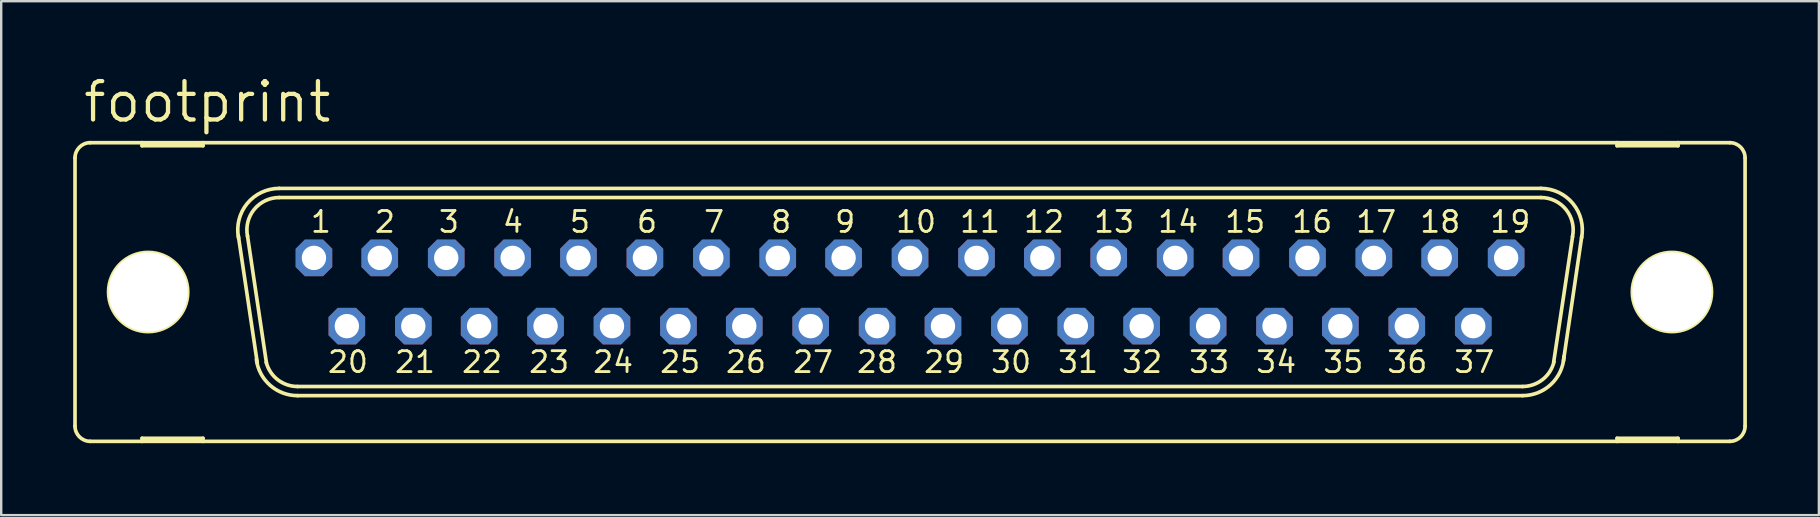
<source format=kicad_pcb>
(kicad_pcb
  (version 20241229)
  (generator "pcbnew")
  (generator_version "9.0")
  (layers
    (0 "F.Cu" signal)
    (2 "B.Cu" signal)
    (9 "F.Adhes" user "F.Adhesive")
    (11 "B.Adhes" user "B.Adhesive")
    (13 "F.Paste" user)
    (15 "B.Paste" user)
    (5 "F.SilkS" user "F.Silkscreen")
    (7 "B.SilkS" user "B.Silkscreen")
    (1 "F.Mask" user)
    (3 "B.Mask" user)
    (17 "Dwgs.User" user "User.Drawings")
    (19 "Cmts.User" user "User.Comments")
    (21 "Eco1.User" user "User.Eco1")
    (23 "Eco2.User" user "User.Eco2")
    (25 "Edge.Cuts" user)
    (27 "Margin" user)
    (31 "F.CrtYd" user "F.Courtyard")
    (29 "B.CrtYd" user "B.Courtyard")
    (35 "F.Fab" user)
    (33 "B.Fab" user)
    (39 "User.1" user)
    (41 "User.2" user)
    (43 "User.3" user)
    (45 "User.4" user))
  (footprint "footprint"
    (layer "F.Cu")
    (at 34.874 9.119)
    (property "Reference" "footprint" (at -34.544 -6.985 0) (layer "F.SilkS") (effects (font (size 1.6 1.6) (thickness 0.178)) (justify left bottom)))
    (fp_line (start -34.798 -5.588) (end -34.798 5.588) (stroke (width 0.152) (type solid)) (layer "F.SilkS"))
    (fp_line (start -34.163 6.223) (end -32.004 6.223) (stroke (width 0.152) (type solid)) (layer "F.SilkS"))
    (fp_line (start -32.004 -6.223) (end -34.163 -6.223) (stroke (width 0.152) (type solid)) (layer "F.SilkS"))
    (fp_line (start -32.004 -6.223) (end -32.004 -6.096) (stroke (width 0.152) (type solid)) (layer "F.SilkS"))
    (fp_line (start -32.004 -6.096) (end -29.464 -6.096) (stroke (width 0.152) (type solid)) (layer "F.SilkS"))
    (fp_line (start -32.004 6.096) (end -29.464 6.096) (stroke (width 0.152) (type solid)) (layer "F.SilkS"))
    (fp_line (start -32.004 6.223) (end -32.004 6.096) (stroke (width 0.152) (type solid)) (layer "F.SilkS"))
    (fp_line (start -32.004 6.223) (end -29.464 6.223) (stroke (width 0.152) (type solid)) (layer "F.SilkS"))
    (fp_line (start -29.464 -6.223) (end -32.004 -6.223) (stroke (width 0.152) (type solid)) (layer "F.SilkS"))
    (fp_line (start -29.464 -6.096) (end -29.464 -6.223) (stroke (width 0.152) (type solid)) (layer "F.SilkS"))
    (fp_line (start -29.464 6.096) (end -29.464 6.223) (stroke (width 0.152) (type solid)) (layer "F.SilkS"))
    (fp_line (start -29.464 6.223) (end 29.464 6.223) (stroke (width 0.152) (type solid)) (layer "F.SilkS"))
    (fp_line (start -27.203 2.946) (end -27.991 -2.337) (stroke (width 0.152) (type solid)) (layer "F.SilkS"))
    (fp_line (start -26.822 2.946) (end -27.61 -2.337) (stroke (width 0.152) (type solid)) (layer "F.SilkS"))
    (fp_line (start -26.289 -4.318) (end 26.289 -4.318) (stroke (width 0.152) (type solid)) (layer "F.SilkS"))
    (fp_line (start -26.289 -3.937) (end 26.289 -3.937) (stroke (width 0.152) (type solid)) (layer "F.SilkS"))
    (fp_line (start -25.527 3.937) (end 25.527 3.937) (stroke (width 0.152) (type solid)) (layer "F.SilkS"))
    (fp_line (start -25.527 4.318) (end 25.527 4.318) (stroke (width 0.152) (type solid)) (layer "F.SilkS"))
    (fp_line (start 27.61 -2.311) (end 26.822 2.921) (stroke (width 0.152) (type solid)) (layer "F.SilkS"))
    (fp_line (start 27.991 -2.311) (end 27.229 2.87) (stroke (width 0.152) (type solid)) (layer "F.SilkS"))
    (fp_line (start 29.464 -6.223) (end -29.464 -6.223) (stroke (width 0.152) (type solid)) (layer "F.SilkS"))
    (fp_line (start 29.464 -6.223) (end 29.464 -6.096) (stroke (width 0.152) (type solid)) (layer "F.SilkS"))
    (fp_line (start 29.464 -6.096) (end 32.004 -6.096) (stroke (width 0.152) (type solid)) (layer "F.SilkS"))
    (fp_line (start 29.464 6.096) (end 32.004 6.096) (stroke (width 0.152) (type solid)) (layer "F.SilkS"))
    (fp_line (start 29.464 6.223) (end 29.464 6.096) (stroke (width 0.152) (type solid)) (layer "F.SilkS"))
    (fp_line (start 29.464 6.223) (end 32.004 6.223) (stroke (width 0.152) (type solid)) (layer "F.SilkS"))
    (fp_line (start 32.004 -6.223) (end 29.464 -6.223) (stroke (width 0.152) (type solid)) (layer "F.SilkS"))
    (fp_line (start 32.004 -6.096) (end 32.004 -6.223) (stroke (width 0.152) (type solid)) (layer "F.SilkS"))
    (fp_line (start 32.004 6.096) (end 32.004 6.223) (stroke (width 0.152) (type solid)) (layer "F.SilkS"))
    (fp_line (start 32.004 6.223) (end 34.163 6.223) (stroke (width 0.152) (type solid)) (layer "F.SilkS"))
    (fp_line (start 34.163 -6.223) (end 32.004 -6.223) (stroke (width 0.152) (type solid)) (layer "F.SilkS"))
    (fp_line (start 34.798 -5.588) (end 34.798 5.588) (stroke (width 0.152) (type solid)) (layer "F.SilkS"))
    (fp_arc (start -34.798 -5.588) (mid -34.612013 -6.037013) (end -34.163 -6.223) (stroke (width 0.1524) (type solid)) (layer "F.SilkS"))
    (fp_arc (start -34.163 6.223) (mid -34.612013 6.037013) (end -34.798 5.588) (stroke (width 0.1524) (type solid)) (layer "F.SilkS"))
    (fp_arc (start -27.9827 -2.2521) (mid -27.624716 -3.685842) (end -26.288998 -4.318) (stroke (width 0.1524) (type solid)) (layer "F.SilkS"))
    (fp_arc (start -27.6091 -2.3268) (mid -27.330082 -3.444284) (end -26.289 -3.937) (stroke (width 0.1524) (type solid)) (layer "F.SilkS"))
    (fp_arc (start -25.527 3.937) (mid -26.3505 3.655745) (end -26.8299 2.9295) (stroke (width 0.1524) (type solid)) (layer "F.SilkS"))
    (fp_arc (start -25.526999 4.318001) (mid -26.664711 3.890313) (end -27.239 2.8191) (stroke (width 0.1524) (type solid)) (layer "F.SilkS"))
    (fp_arc (start 26.289 -4.318) (mid 27.624813 -3.685866) (end 27.982999 -2.252098) (stroke (width 0.1524) (type solid)) (layer "F.SilkS"))
    (fp_arc (start 26.289 -3.937) (mid 27.337557 -3.435183) (end 27.604499 -2.303798) (stroke (width 0.1524) (type solid)) (layer "F.SilkS"))
    (fp_arc (start 26.835701 2.904999) (mid 26.360257 3.647874) (end 25.527 3.937) (stroke (width 0.1524) (type solid)) (layer "F.SilkS"))
    (fp_arc (start 27.2513 2.6849) (mid 26.714366 3.844828) (end 25.527 4.318) (stroke (width 0.1524) (type solid)) (layer "F.SilkS"))
    (fp_arc (start 34.163 -6.223) (mid 34.612013 -6.037013) (end 34.798 -5.588) (stroke (width 0.1524) (type solid)) (layer "F.SilkS"))
    (fp_arc (start 34.798 5.588) (mid 34.612013 6.037013) (end 34.163 6.223) (stroke (width 0.1524) (type solid)) (layer "F.SilkS"))
    (fp_circle (center -31.75 0) (end -30.099 0) (stroke (width 0.152) (type solid)) (fill no) (layer "F.SilkS"))
    (fp_circle (center 31.75 0) (end 33.401 0) (stroke (width 0.152) (type solid)) (fill no) (layer "F.SilkS"))
    (fp_circle (center -24.841 -1.422) (end -24.587 -1.422) (stroke (width 0.406) (type solid)) (fill no) (layer "F.Fab"))
    (fp_circle (center -23.47 1.422) (end -23.216 1.422) (stroke (width 0.406) (type solid)) (fill no) (layer "F.Fab"))
    (fp_circle (center -22.073 -1.422) (end -21.819 -1.422) (stroke (width 0.406) (type solid)) (fill no) (layer "F.Fab"))
    (fp_circle (center -20.701 1.422) (end -20.447 1.422) (stroke (width 0.406) (type solid)) (fill no) (layer "F.Fab"))
    (fp_circle (center -19.329 -1.422) (end -19.075 -1.422) (stroke (width 0.406) (type solid)) (fill no) (layer "F.Fab"))
    (fp_circle (center -17.932 1.422) (end -17.678 1.422) (stroke (width 0.406) (type solid)) (fill no) (layer "F.Fab"))
    (fp_circle (center -16.561 -1.422) (end -16.307 -1.422) (stroke (width 0.406) (type solid)) (fill no) (layer "F.Fab"))
    (fp_circle (center -15.189 1.422) (end -14.935 1.422) (stroke (width 0.406) (type solid)) (fill no) (layer "F.Fab"))
    (fp_circle (center -13.792 -1.422) (end -13.538 -1.422) (stroke (width 0.406) (type solid)) (fill no) (layer "F.Fab"))
    (fp_circle (center -12.421 1.422) (end -12.167 1.422) (stroke (width 0.406) (type solid)) (fill no) (layer "F.Fab"))
    (fp_circle (center -11.049 -1.422) (end -10.795 -1.422) (stroke (width 0.406) (type solid)) (fill no) (layer "F.Fab"))
    (fp_circle (center -9.652 1.422) (end -9.398 1.422) (stroke (width 0.406) (type solid)) (fill no) (layer "F.Fab"))
    (fp_circle (center -8.28 -1.422) (end -8.026 -1.422) (stroke (width 0.406) (type solid)) (fill no) (layer "F.Fab"))
    (fp_circle (center -6.909 1.422) (end -6.655 1.422) (stroke (width 0.406) (type solid)) (fill no) (layer "F.Fab"))
    (fp_circle (center -5.512 -1.422) (end -5.258 -1.422) (stroke (width 0.406) (type solid)) (fill no) (layer "F.Fab"))
    (fp_circle (center -4.14 1.422) (end -3.886 1.422) (stroke (width 0.406) (type solid)) (fill no) (layer "F.Fab"))
    (fp_circle (center -2.769 -1.422) (end -2.515 -1.422) (stroke (width 0.406) (type solid)) (fill no) (layer "F.Fab"))
    (fp_circle (center -1.372 1.422) (end -1.118 1.422) (stroke (width 0.406) (type solid)) (fill no) (layer "F.Fab"))
    (fp_circle (center 0 -1.422) (end 0.254 -1.422) (stroke (width 0.406) (type solid)) (fill no) (layer "F.Fab"))
    (fp_circle (center 1.372 1.422) (end 1.626 1.422) (stroke (width 0.406) (type solid)) (fill no) (layer "F.Fab"))
    (fp_circle (center 2.769 -1.422) (end 3.023 -1.422) (stroke (width 0.406) (type solid)) (fill no) (layer "F.Fab"))
    (fp_circle (center 4.14 1.422) (end 4.394 1.422) (stroke (width 0.406) (type solid)) (fill no) (layer "F.Fab"))
    (fp_circle (center 5.512 -1.422) (end 5.766 -1.422) (stroke (width 0.406) (type solid)) (fill no) (layer "F.Fab"))
    (fp_circle (center 6.909 1.422) (end 7.163 1.422) (stroke (width 0.406) (type solid)) (fill no) (layer "F.Fab"))
    (fp_circle (center 8.28 -1.422) (end 8.534 -1.422) (stroke (width 0.406) (type solid)) (fill no) (layer "F.Fab"))
    (fp_circle (center 9.652 1.422) (end 9.906 1.422) (stroke (width 0.406) (type solid)) (fill no) (layer "F.Fab"))
    (fp_circle (center 11.049 -1.422) (end 11.303 -1.422) (stroke (width 0.406) (type solid)) (fill no) (layer "F.Fab"))
    (fp_circle (center 12.421 1.422) (end 12.675 1.422) (stroke (width 0.406) (type solid)) (fill no) (layer "F.Fab"))
    (fp_circle (center 13.792 -1.422) (end 14.046 -1.422) (stroke (width 0.406) (type solid)) (fill no) (layer "F.Fab"))
    (fp_circle (center 15.189 1.422) (end 15.443 1.422) (stroke (width 0.406) (type solid)) (fill no) (layer "F.Fab"))
    (fp_circle (center 16.561 -1.422) (end 16.815 -1.422) (stroke (width 0.406) (type solid)) (fill no) (layer "F.Fab"))
    (fp_circle (center 17.932 1.422) (end 18.186 1.422) (stroke (width 0.406) (type solid)) (fill no) (layer "F.Fab"))
    (fp_circle (center 19.329 -1.422) (end 19.583 -1.422) (stroke (width 0.406) (type solid)) (fill no) (layer "F.Fab"))
    (fp_circle (center 20.701 1.422) (end 20.955 1.422) (stroke (width 0.406) (type solid)) (fill no) (layer "F.Fab"))
    (fp_circle (center 22.073 -1.422) (end 22.327 -1.422) (stroke (width 0.406) (type solid)) (fill no) (layer "F.Fab"))
    (fp_circle (center 23.47 1.422) (end 23.724 1.422) (stroke (width 0.406) (type solid)) (fill no) (layer "F.Fab"))
    (fp_circle (center 24.841 -1.422) (end 25.095 -1.422) (stroke (width 0.406) (type solid)) (fill no) (layer "F.Fab"))
    (fp_text user "14" (at 10.262 -2.413 0) (layer "F.SilkS") (effects (font (size 0.872 0.872) (thickness 0.119)) (justify left bottom)))
    (fp_text user "33" (at 11.557 3.429 0) (layer "F.SilkS") (effects (font (size 0.872 0.872) (thickness 0.119)) (justify left bottom)))
    (fp_text user "10" (at -0.66 -2.413 0) (layer "F.SilkS") (effects (font (size 0.872 0.872) (thickness 0.119)) (justify left bottom)))
    (fp_text user "27" (at -4.953 3.429 0) (layer "F.SilkS") (effects (font (size 0.872 0.872) (thickness 0.119)) (justify left bottom)))
    (fp_text user "20" (at -24.333 3.429 0) (layer "F.SilkS") (effects (font (size 0.872 0.872) (thickness 0.119)) (justify left bottom)))
    (fp_text user "36" (at 19.812 3.429 0) (layer "F.SilkS") (effects (font (size 0.872 0.872) (thickness 0.119)) (justify left bottom)))
    (fp_text user "30" (at 3.302 3.429 0) (layer "F.SilkS") (effects (font (size 0.872 0.872) (thickness 0.119)) (justify left bottom)))
    (fp_text user "4" (at -17.043 -2.413 0) (layer "F.SilkS") (effects (font (size 0.872 0.872) (thickness 0.119)) (justify left bottom)))
    (fp_text user "22" (at -18.745 3.429 0) (layer "F.SilkS") (effects (font (size 0.872 0.872) (thickness 0.119)) (justify left bottom)))
    (fp_text user "3" (at -19.71 -2.413 0) (layer "F.SilkS") (effects (font (size 0.872 0.872) (thickness 0.119)) (justify left bottom)))
    (fp_text user "6" (at -11.455 -2.413 0) (layer "F.SilkS") (effects (font (size 0.872 0.872) (thickness 0.119)) (justify left bottom)))
    (fp_text user "16" (at 15.85 -2.413 0) (layer "F.SilkS") (effects (font (size 0.872 0.872) (thickness 0.119)) (justify left bottom)))
    (fp_text user "12" (at 4.674 -2.413 0) (layer "F.SilkS") (effects (font (size 0.872 0.872) (thickness 0.119)) (justify left bottom)))
    (fp_text user "19" (at 24.105 -2.413 0) (layer "F.SilkS") (effects (font (size 0.872 0.872) (thickness 0.119)) (justify left bottom)))
    (fp_text user "18" (at 21.184 -2.413 0) (layer "F.SilkS") (effects (font (size 0.872 0.872) (thickness 0.119)) (justify left bottom)))
    (fp_text user "9" (at -3.2 -2.413 0) (layer "F.SilkS") (effects (font (size 0.872 0.872) (thickness 0.119)) (justify left bottom)))
    (fp_text user "1" (at -25.044 -2.413 0) (layer "F.SilkS") (effects (font (size 0.872 0.872) (thickness 0.119)) (justify left bottom)))
    (fp_text user "29" (at 0.508 3.429 0) (layer "F.SilkS") (effects (font (size 0.872 0.872) (thickness 0.119)) (justify left bottom)))
    (fp_text user "31" (at 6.096 3.429 0) (layer "F.SilkS") (effects (font (size 0.872 0.872) (thickness 0.119)) (justify left bottom)))
    (fp_text user "11" (at 2.007 -2.413 0) (layer "F.SilkS") (effects (font (size 0.872 0.872) (thickness 0.119)) (justify left bottom)))
    (fp_text user "28" (at -2.286 3.429 0) (layer "F.SilkS") (effects (font (size 0.872 0.872) (thickness 0.119)) (justify left bottom)))
    (fp_text user "24" (at -13.284 3.429 0) (layer "F.SilkS") (effects (font (size 0.872 0.872) (thickness 0.119)) (justify left bottom)))
    (fp_text user "23" (at -15.951 3.429 0) (layer "F.SilkS") (effects (font (size 0.872 0.872) (thickness 0.119)) (justify left bottom)))
    (fp_text user "2" (at -22.377 -2.413 0) (layer "F.SilkS") (effects (font (size 0.872 0.872) (thickness 0.119)) (justify left bottom)))
    (fp_text user "13" (at 7.595 -2.413 0) (layer "F.SilkS") (effects (font (size 0.872 0.872) (thickness 0.119)) (justify left bottom)))
    (fp_text user "5" (at -14.249 -2.413 0) (layer "F.SilkS") (effects (font (size 0.872 0.872) (thickness 0.119)) (justify left bottom)))
    (fp_text user "35" (at 17.145 3.429 0) (layer "F.SilkS") (effects (font (size 0.872 0.872) (thickness 0.119)) (justify left bottom)))
    (fp_text user "32" (at 8.763 3.429 0) (layer "F.SilkS") (effects (font (size 0.872 0.872) (thickness 0.119)) (justify left bottom)))
    (fp_text user "26" (at -7.747 3.429 0) (layer "F.SilkS") (effects (font (size 0.872 0.872) (thickness 0.119)) (justify left bottom)))
    (fp_text user "25" (at -10.49 3.429 0) (layer "F.SilkS") (effects (font (size 0.872 0.872) (thickness 0.119)) (justify left bottom)))
    (fp_text user "17" (at 18.517 -2.413 0) (layer "F.SilkS") (effects (font (size 0.872 0.872) (thickness 0.119)) (justify left bottom)))
    (fp_text user "7" (at -8.661 -2.413 0) (layer "F.SilkS") (effects (font (size 0.872 0.872) (thickness 0.119)) (justify left bottom)))
    (fp_text user "34" (at 14.351 3.429 0) (layer "F.SilkS") (effects (font (size 0.872 0.872) (thickness 0.119)) (justify left bottom)))
    (fp_text user "15" (at 13.056 -2.413 0) (layer "F.SilkS") (effects (font (size 0.872 0.872) (thickness 0.119)) (justify left bottom)))
    (fp_text user "37" (at 22.606 3.429 0) (layer "F.SilkS") (effects (font (size 0.872 0.872) (thickness 0.119)) (justify left bottom)))
    (fp_text user "8" (at -5.867 -2.413 0) (layer "F.SilkS") (effects (font (size 0.872 0.872) (thickness 0.119)) (justify left bottom)))
    (fp_text user "21" (at -21.539 3.429 0) (layer "F.SilkS") (effects (font (size 0.872 0.872) (thickness 0.119)) (justify left bottom)))
    (pad "" np_thru_hole circle (at -31.75 0) (size 3.302 3.302) (drill 3.302) (layers "*.Cu" "*.Mask"))
    (pad "" np_thru_hole circle (at 31.75 0) (size 3.302 3.302) (drill 3.302) (layers "*.Cu" "*.Mask"))
    (pad "1" thru_hole roundrect (at -24.841 -1.422) (size 1.524 1.524) (drill 1.016) (layers "*.Cu" "*.Mask") (roundrect_rratio 0.25) (chamfer_ratio 0.25) (chamfer top_left top_right bottom_left bottom_right))
    (pad "2" thru_hole roundrect (at -22.098 -1.422) (size 1.524 1.524) (drill 1.016) (layers "*.Cu" "*.Mask") (roundrect_rratio 0.25) (chamfer_ratio 0.25) (chamfer top_left top_right bottom_left bottom_right))
    (pad "3" thru_hole roundrect (at -19.329 -1.422) (size 1.524 1.524) (drill 1.016) (layers "*.Cu" "*.Mask") (roundrect_rratio 0.25) (chamfer_ratio 0.25) (chamfer top_left top_right bottom_left bottom_right))
    (pad "4" thru_hole roundrect (at -16.561 -1.422) (size 1.524 1.524) (drill 1.016) (layers "*.Cu" "*.Mask") (roundrect_rratio 0.25) (chamfer_ratio 0.25) (chamfer top_left top_right bottom_left bottom_right))
    (pad "5" thru_hole roundrect (at -13.818 -1.422) (size 1.524 1.524) (drill 1.016) (layers "*.Cu" "*.Mask") (roundrect_rratio 0.25) (chamfer_ratio 0.25) (chamfer top_left top_right bottom_left bottom_right))
    (pad "6" thru_hole roundrect (at -11.049 -1.422) (size 1.524 1.524) (drill 1.016) (layers "*.Cu" "*.Mask") (roundrect_rratio 0.25) (chamfer_ratio 0.25) (chamfer top_left top_right bottom_left bottom_right))
    (pad "7" thru_hole roundrect (at -8.28 -1.422) (size 1.524 1.524) (drill 1.016) (layers "*.Cu" "*.Mask") (roundrect_rratio 0.25) (chamfer_ratio 0.25) (chamfer top_left top_right bottom_left bottom_right))
    (pad "8" thru_hole roundrect (at -5.512 -1.422) (size 1.524 1.524) (drill 1.016) (layers "*.Cu" "*.Mask") (roundrect_rratio 0.25) (chamfer_ratio 0.25) (chamfer top_left top_right bottom_left bottom_right))
    (pad "9" thru_hole roundrect (at -2.769 -1.422) (size 1.524 1.524) (drill 1.016) (layers "*.Cu" "*.Mask") (roundrect_rratio 0.25) (chamfer_ratio 0.25) (chamfer top_left top_right bottom_left bottom_right))
    (pad "10" thru_hole roundrect (at 0 -1.422) (size 1.524 1.524) (drill 1.016) (layers "*.Cu" "*.Mask") (roundrect_rratio 0.25) (chamfer_ratio 0.25) (chamfer top_left top_right bottom_left bottom_right))
    (pad "11" thru_hole roundrect (at 2.769 -1.422) (size 1.524 1.524) (drill 1.016) (layers "*.Cu" "*.Mask") (roundrect_rratio 0.25) (chamfer_ratio 0.25) (chamfer top_left top_right bottom_left bottom_right))
    (pad "12" thru_hole roundrect (at 5.512 -1.422) (size 1.524 1.524) (drill 1.016) (layers "*.Cu" "*.Mask") (roundrect_rratio 0.25) (chamfer_ratio 0.25) (chamfer top_left top_right bottom_left bottom_right))
    (pad "13" thru_hole roundrect (at 8.28 -1.422) (size 1.524 1.524) (drill 1.016) (layers "*.Cu" "*.Mask") (roundrect_rratio 0.25) (chamfer_ratio 0.25) (chamfer top_left top_right bottom_left bottom_right))
    (pad "14" thru_hole roundrect (at 11.049 -1.422) (size 1.524 1.524) (drill 1.016) (layers "*.Cu" "*.Mask") (roundrect_rratio 0.25) (chamfer_ratio 0.25) (chamfer top_left top_right bottom_left bottom_right))
    (pad "15" thru_hole roundrect (at 13.792 -1.422) (size 1.524 1.524) (drill 1.016) (layers "*.Cu" "*.Mask") (roundrect_rratio 0.25) (chamfer_ratio 0.25) (chamfer top_left top_right bottom_left bottom_right))
    (pad "16" thru_hole roundrect (at 16.561 -1.422) (size 1.524 1.524) (drill 1.016) (layers "*.Cu" "*.Mask") (roundrect_rratio 0.25) (chamfer_ratio 0.25) (chamfer top_left top_right bottom_left bottom_right))
    (pad "17" thru_hole roundrect (at 19.329 -1.422) (size 1.524 1.524) (drill 1.016) (layers "*.Cu" "*.Mask") (roundrect_rratio 0.25) (chamfer_ratio 0.25) (chamfer top_left top_right bottom_left bottom_right))
    (pad "18" thru_hole roundrect (at 22.073 -1.422) (size 1.524 1.524) (drill 1.016) (layers "*.Cu" "*.Mask") (roundrect_rratio 0.25) (chamfer_ratio 0.25) (chamfer top_left top_right bottom_left bottom_right))
    (pad "19" thru_hole roundrect (at 24.841 -1.422) (size 1.524 1.524) (drill 1.016) (layers "*.Cu" "*.Mask") (roundrect_rratio 0.25) (chamfer_ratio 0.25) (chamfer top_left top_right bottom_left bottom_right))
    (pad "20" thru_hole roundrect (at -23.47 1.422) (size 1.524 1.524) (drill 1.016) (layers "*.Cu" "*.Mask") (roundrect_rratio 0.25) (chamfer_ratio 0.25) (chamfer top_left top_right bottom_left bottom_right))
    (pad "21" thru_hole roundrect (at -20.701 1.422) (size 1.524 1.524) (drill 1.016) (layers "*.Cu" "*.Mask") (roundrect_rratio 0.25) (chamfer_ratio 0.25) (chamfer top_left top_right bottom_left bottom_right))
    (pad "22" thru_hole roundrect (at -17.958 1.422) (size 1.524 1.524) (drill 1.016) (layers "*.Cu" "*.Mask") (roundrect_rratio 0.25) (chamfer_ratio 0.25) (chamfer top_left top_right bottom_left bottom_right))
    (pad "23" thru_hole roundrect (at -15.189 1.422) (size 1.524 1.524) (drill 1.016) (layers "*.Cu" "*.Mask") (roundrect_rratio 0.25) (chamfer_ratio 0.25) (chamfer top_left top_right bottom_left bottom_right))
    (pad "24" thru_hole roundrect (at -12.421 1.422) (size 1.524 1.524) (drill 1.016) (layers "*.Cu" "*.Mask") (roundrect_rratio 0.25) (chamfer_ratio 0.25) (chamfer top_left top_right bottom_left bottom_right))
    (pad "25" thru_hole roundrect (at -9.652 1.422) (size 1.524 1.524) (drill 1.016) (layers "*.Cu" "*.Mask") (roundrect_rratio 0.25) (chamfer_ratio 0.25) (chamfer top_left top_right bottom_left bottom_right))
    (pad "26" thru_hole roundrect (at -6.909 1.422) (size 1.524 1.524) (drill 1.016) (layers "*.Cu" "*.Mask") (roundrect_rratio 0.25) (chamfer_ratio 0.25) (chamfer top_left top_right bottom_left bottom_right))
    (pad "27" thru_hole roundrect (at -4.14 1.422) (size 1.524 1.524) (drill 1.016) (layers "*.Cu" "*.Mask") (roundrect_rratio 0.25) (chamfer_ratio 0.25) (chamfer top_left top_right bottom_left bottom_right))
    (pad "28" thru_hole roundrect (at -1.372 1.422) (size 1.524 1.524) (drill 1.016) (layers "*.Cu" "*.Mask") (roundrect_rratio 0.25) (chamfer_ratio 0.25) (chamfer top_left top_right bottom_left bottom_right))
    (pad "29" thru_hole roundrect (at 1.372 1.422) (size 1.524 1.524) (drill 1.016) (layers "*.Cu" "*.Mask") (roundrect_rratio 0.25) (chamfer_ratio 0.25) (chamfer top_left top_right bottom_left bottom_right))
    (pad "30" thru_hole roundrect (at 4.14 1.422) (size 1.524 1.524) (drill 1.016) (layers "*.Cu" "*.Mask") (roundrect_rratio 0.25) (chamfer_ratio 0.25) (chamfer top_left top_right bottom_left bottom_right))
    (pad "31" thru_hole roundrect (at 6.909 1.422) (size 1.524 1.524) (drill 1.016) (layers "*.Cu" "*.Mask") (roundrect_rratio 0.25) (chamfer_ratio 0.25) (chamfer top_left top_right bottom_left bottom_right))
    (pad "32" thru_hole roundrect (at 9.652 1.422) (size 1.524 1.524) (drill 1.016) (layers "*.Cu" "*.Mask") (roundrect_rratio 0.25) (chamfer_ratio 0.25) (chamfer top_left top_right bottom_left bottom_right))
    (pad "33" thru_hole roundrect (at 12.421 1.422) (size 1.524 1.524) (drill 1.016) (layers "*.Cu" "*.Mask") (roundrect_rratio 0.25) (chamfer_ratio 0.25) (chamfer top_left top_right bottom_left bottom_right))
    (pad "34" thru_hole roundrect (at 15.189 1.422) (size 1.524 1.524) (drill 1.016) (layers "*.Cu" "*.Mask") (roundrect_rratio 0.25) (chamfer_ratio 0.25) (chamfer top_left top_right bottom_left bottom_right))
    (pad "35" thru_hole roundrect (at 17.932 1.422) (size 1.524 1.524) (drill 1.016) (layers "*.Cu" "*.Mask") (roundrect_rratio 0.25) (chamfer_ratio 0.25) (chamfer top_left top_right bottom_left bottom_right))
    (pad "36" thru_hole roundrect (at 20.701 1.422) (size 1.524 1.524) (drill 1.016) (layers "*.Cu" "*.Mask") (roundrect_rratio 0.25) (chamfer_ratio 0.25) (chamfer top_left top_right bottom_left bottom_right))
    (pad "37" thru_hole roundrect (at 23.47 1.422) (size 1.524 1.524) (drill 1.016) (layers "*.Cu" "*.Mask") (roundrect_rratio 0.25) (chamfer_ratio 0.25) (chamfer top_left top_right bottom_left bottom_right))
    (zone (net_name "") (layers "F.Cu" "B.Cu") (hatch edge 0.508) (connect_pads) (min_thickness 0.254) (filled_areas_thickness no) (keepout (tracks allowed) (vias not_allowed) (pads allowed) (copperpour allowed) (footprints allowed)) (placement (enabled no)) (fill) (polygon (pts (xy 5.791 9.119) (xy 5.751 8.655) (xy 5.63 8.206) (xy 5.434 7.785) (xy 5.167 7.404) (xy 4.839 7.076) (xy 4.458 6.809) (xy 4.036 6.612) (xy 3.587 6.492) (xy 3.124 6.452) (xy 2.661 6.492) (xy 2.212 6.612) (xy 1.791 6.809) (xy 1.41 7.076) (xy 1.081 7.404) (xy 0.815 7.785) (xy 0.618 8.206) (xy 0.498 8.655) (xy 0.457 9.119) (xy 0.498 9.582) (xy 0.618 10.031) (xy 0.815 10.452) (xy 1.081 10.833) (xy 1.41 11.162) (xy 1.791 11.428) (xy 2.212 11.625) (xy 2.661 11.745) (xy 3.124 11.786) (xy 3.587 11.745) (xy 4.036 11.625) (xy 4.458 11.428) (xy 4.839 11.162) (xy 5.167 10.833) (xy 5.434 10.452) (xy 5.63 10.031) (xy 5.751 9.582))))
    (zone (net_name "") (layers "F.Cu" "B.Cu") (hatch edge 0.508) (connect_pads) (min_thickness 0.254) (filled_areas_thickness no) (keepout (tracks allowed) (vias not_allowed) (pads allowed) (copperpour allowed) (footprints allowed)) (placement (enabled no)) (fill) (polygon (pts (xy 69.291 9.119) (xy 69.251 8.655) (xy 69.13 8.206) (xy 68.934 7.785) (xy 68.667 7.404) (xy 68.339 7.076) (xy 67.958 6.809) (xy 67.536 6.612) (xy 67.087 6.492) (xy 66.624 6.452) (xy 66.161 6.492) (xy 65.712 6.612) (xy 65.291 6.809) (xy 64.91 7.076) (xy 64.581 7.404) (xy 64.315 7.785) (xy 64.118 8.206) (xy 63.998 8.655) (xy 63.957 9.119) (xy 63.998 9.582) (xy 64.118 10.031) (xy 64.315 10.452) (xy 64.581 10.833) (xy 64.91 11.162) (xy 65.291 11.428) (xy 65.712 11.625) (xy 66.161 11.745) (xy 66.624 11.786) (xy 67.087 11.745) (xy 67.536 11.625) (xy 67.958 11.428) (xy 68.339 11.162) (xy 68.667 10.833) (xy 68.934 10.452) (xy 69.13 10.031) (xy 69.251 9.582))))
    (zone (net_name "") (layer "B.Cu") (hatch edge 0.508) (connect_pads) (min_thickness 0.254) (filled_areas_thickness no) (keepout (tracks not_allowed) (vias not_allowed) (pads not_allowed) (copperpour not_allowed) (footprints allowed)) (placement (enabled no)) (fill) (polygon (pts (xy 5.791 9.119) (xy 5.751 8.655) (xy 5.63 8.206) (xy 5.434 7.785) (xy 5.167 7.404) (xy 4.839 7.076) (xy 4.458 6.809) (xy 4.036 6.612) (xy 3.587 6.492) (xy 3.124 6.452) (xy 2.661 6.492) (xy 2.212 6.612) (xy 1.791 6.809) (xy 1.41 7.076) (xy 1.081 7.404) (xy 0.815 7.785) (xy 0.618 8.206) (xy 0.498 8.655) (xy 0.457 9.119) (xy 0.498 9.582) (xy 0.618 10.031) (xy 0.815 10.452) (xy 1.081 10.833) (xy 1.41 11.162) (xy 1.791 11.428) (xy 2.212 11.625) (xy 2.661 11.745) (xy 3.124 11.786) (xy 3.587 11.745) (xy 4.036 11.625) (xy 4.458 11.428) (xy 4.839 11.162) (xy 5.167 10.833) (xy 5.434 10.452) (xy 5.63 10.031) (xy 5.751 9.582))))
    (zone (net_name "") (layer "B.Cu") (hatch edge 0.508) (connect_pads) (min_thickness 0.254) (filled_areas_thickness no) (keepout (tracks not_allowed) (vias not_allowed) (pads not_allowed) (copperpour not_allowed) (footprints allowed)) (placement (enabled no)) (fill) (polygon (pts (xy 69.291 9.119) (xy 69.251 8.655) (xy 69.13 8.206) (xy 68.934 7.785) (xy 68.667 7.404) (xy 68.339 7.076) (xy 67.958 6.809) (xy 67.536 6.612) (xy 67.087 6.492) (xy 66.624 6.452) (xy 66.161 6.492) (xy 65.712 6.612) (xy 65.291 6.809) (xy 64.91 7.076) (xy 64.581 7.404) (xy 64.315 7.785) (xy 64.118 8.206) (xy 63.998 8.655) (xy 63.957 9.119) (xy 63.998 9.582) (xy 64.118 10.031) (xy 64.315 10.452) (xy 64.581 10.833) (xy 64.91 11.162) (xy 65.291 11.428) (xy 65.712 11.625) (xy 66.161 11.745) (xy 66.624 11.786) (xy 67.087 11.745) (xy 67.536 11.625) (xy 67.958 11.428) (xy 68.339 11.162) (xy 68.667 10.833) (xy 68.934 10.452) (xy 69.13 10.031) (xy 69.251 9.582)))))
  (gr_rect
    (start -3 -3)
    (end 72.748 18.418)
    (stroke (width 0.1) (type default))
    (fill no)
    (layer "Edge.Cuts")))
</source>
